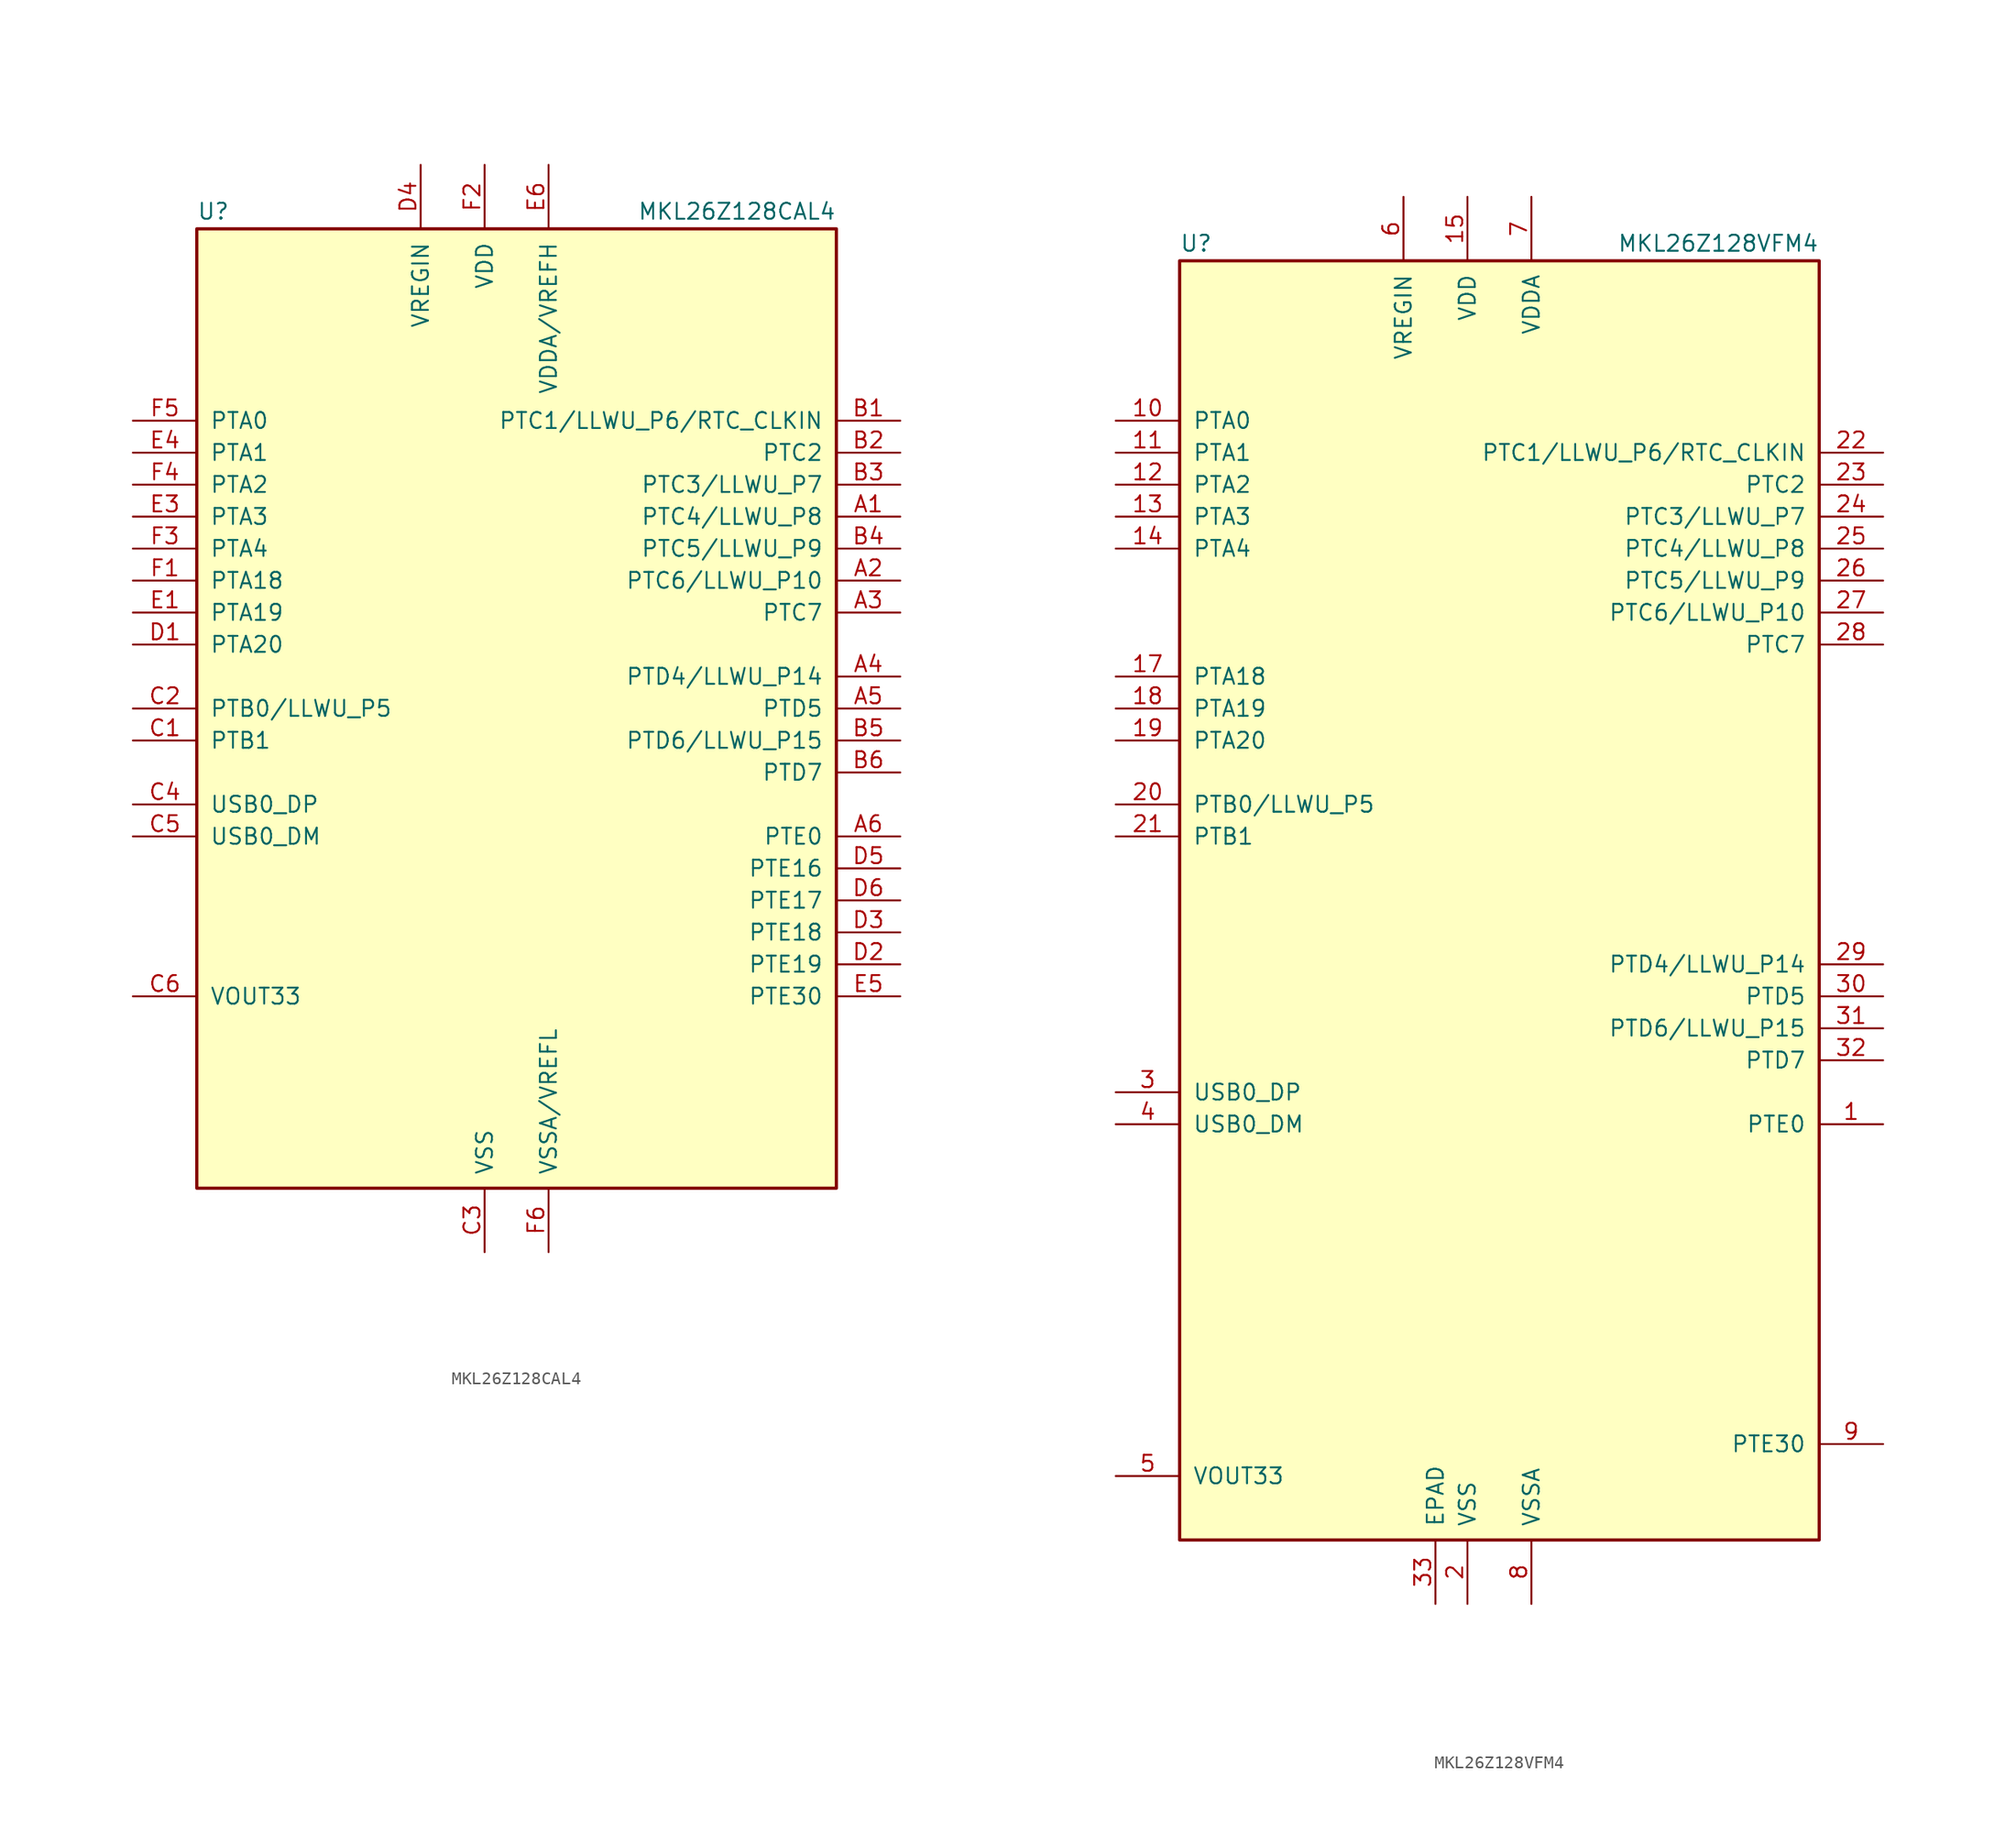
<source format=kicad_sym>
(kicad_symbol_lib
  (version 20211014)
  (generator kicad_symbol_editor)
  (symbol "MKL26Z128CAL4"
    (pin_names
      (offset 1.016))
    (property "Reference" "U"
      (at -25.4 38.735 0)
      (effects (font (size 1.27 1.27)) (justify left bottom)))
    (property "Value" "MKL26Z128CAL4"
      (at 25.4 38.735 0)
      (effects (font (size 1.27 1.27)) (justify right bottom)))
    (symbol "MKL26Z128CAL4_0_1"
      (rectangle (start -25.4 38.1) (end 25.4 -38.1) (stroke (width 0.254) (type default) (color 0 0 0 0)) (fill (type background))))
    (symbol "MKL26Z128CAL4_1_1"
      (pin bidirectional line (at 30.48 15.24 180) (length 5.08) (name "PTC4/LLWU_P8" (effects (font (size 1.27 1.27)))) (number "A1" (effects (font (size 1.27 1.27)))))
      (pin bidirectional line (at 30.48 10.16 180) (length 5.08) (name "PTC6/LLWU_P10" (effects (font (size 1.27 1.27)))) (number "A2" (effects (font (size 1.27 1.27)))))
      (pin bidirectional line (at 30.48 7.62 180) (length 5.08) (name "PTC7" (effects (font (size 1.27 1.27)))) (number "A3" (effects (font (size 1.27 1.27)))))
      (pin bidirectional line (at 30.48 2.54 180) (length 5.08) (name "PTD4/LLWU_P14" (effects (font (size 1.27 1.27)))) (number "A4" (effects (font (size 1.27 1.27)))))
      (pin bidirectional line (at 30.48 0 180) (length 5.08) (name "PTD5" (effects (font (size 1.27 1.27)))) (number "A5" (effects (font (size 1.27 1.27)))))
      (pin bidirectional line (at 30.48 -10.16 180) (length 5.08) (name "PTE0" (effects (font (size 1.27 1.27)))) (number "A6" (effects (font (size 1.27 1.27)))))
      (pin bidirectional line (at 30.48 22.86 180) (length 5.08) (name "PTC1/LLWU_P6/RTC_CLKIN" (effects (font (size 1.27 1.27)))) (number "B1" (effects (font (size 1.27 1.27)))))
      (pin bidirectional line (at 30.48 20.32 180) (length 5.08) (name "PTC2" (effects (font (size 1.27 1.27)))) (number "B2" (effects (font (size 1.27 1.27)))))
      (pin bidirectional line (at 30.48 17.78 180) (length 5.08) (name "PTC3/LLWU_P7" (effects (font (size 1.27 1.27)))) (number "B3" (effects (font (size 1.27 1.27)))))
      (pin bidirectional line (at 30.48 12.7 180) (length 5.08) (name "PTC5/LLWU_P9" (effects (font (size 1.27 1.27)))) (number "B4" (effects (font (size 1.27 1.27)))))
      (pin bidirectional line (at 30.48 -2.54 180) (length 5.08) (name "PTD6/LLWU_P15" (effects (font (size 1.27 1.27)))) (number "B5" (effects (font (size 1.27 1.27)))))
      (pin bidirectional line (at 30.48 -5.08 180) (length 5.08) (name "PTD7" (effects (font (size 1.27 1.27)))) (number "B6" (effects (font (size 1.27 1.27)))))
      (pin bidirectional line (at -30.48 -2.54 0) (length 5.08) (name "PTB1" (effects (font (size 1.27 1.27)))) (number "C1" (effects (font (size 1.27 1.27)))))
      (pin bidirectional line (at -30.48 0 0) (length 5.08) (name "PTB0/LLWU_P5" (effects (font (size 1.27 1.27)))) (number "C2" (effects (font (size 1.27 1.27)))))
      (pin power_in line (at -2.54 -43.18 90) (length 5.08) (name "VSS" (effects (font (size 1.27 1.27)))) (number "C3" (effects (font (size 1.27 1.27)))))
      (pin bidirectional line (at -30.48 -7.62 0) (length 5.08) (name "USB0_DP" (effects (font (size 1.27 1.27)))) (number "C4" (effects (font (size 1.27 1.27)))))
      (pin bidirectional line (at -30.48 -10.16 0) (length 5.08) (name "USB0_DM" (effects (font (size 1.27 1.27)))) (number "C5" (effects (font (size 1.27 1.27)))))
      (pin power_out line (at -30.48 -22.86 0) (length 5.08) (name "VOUT33" (effects (font (size 1.27 1.27)))) (number "C6" (effects (font (size 1.27 1.27)))))
      (pin bidirectional line (at -30.48 5.08 0) (length 5.08) (name "PTA20" (effects (font (size 1.27 1.27)))) (number "D1" (effects (font (size 1.27 1.27)))))
      (pin bidirectional line (at 30.48 -20.32 180) (length 5.08) (name "PTE19" (effects (font (size 1.27 1.27)))) (number "D2" (effects (font (size 1.27 1.27)))))
      (pin bidirectional line (at 30.48 -17.78 180) (length 5.08) (name "PTE18" (effects (font (size 1.27 1.27)))) (number "D3" (effects (font (size 1.27 1.27)))))
      (pin power_in line (at -7.62 43.18 270) (length 5.08) (name "VREGIN" (effects (font (size 1.27 1.27)))) (number "D4" (effects (font (size 1.27 1.27)))))
      (pin bidirectional line (at 30.48 -12.7 180) (length 5.08) (name "PTE16" (effects (font (size 1.27 1.27)))) (number "D5" (effects (font (size 1.27 1.27)))))
      (pin bidirectional line (at 30.48 -15.24 180) (length 5.08) (name "PTE17" (effects (font (size 1.27 1.27)))) (number "D6" (effects (font (size 1.27 1.27)))))
      (pin bidirectional line (at -30.48 7.62 0) (length 5.08) (name "PTA19" (effects (font (size 1.27 1.27)))) (number "E1" (effects (font (size 1.27 1.27)))))
      (pin passive line (at -2.54 -43.18 90) (length 5.08) hide (name "VSS" (effects (font (size 1.27 1.27)))) (number "E2" (effects (font (size 1.27 1.27)))))
      (pin bidirectional line (at -30.48 15.24 0) (length 5.08) (name "PTA3" (effects (font (size 1.27 1.27)))) (number "E3" (effects (font (size 1.27 1.27)))))
      (pin bidirectional line (at -30.48 20.32 0) (length 5.08) (name "PTA1" (effects (font (size 1.27 1.27)))) (number "E4" (effects (font (size 1.27 1.27)))))
      (pin bidirectional line (at 30.48 -22.86 180) (length 5.08) (name "PTE30" (effects (font (size 1.27 1.27)))) (number "E5" (effects (font (size 1.27 1.27)))))
      (pin power_in line (at 2.54 43.18 270) (length 5.08) (name "VDDA/VREFH" (effects (font (size 1.27 1.27)))) (number "E6" (effects (font (size 1.27 1.27)))))
      (pin bidirectional line (at -30.48 10.16 0) (length 5.08) (name "PTA18" (effects (font (size 1.27 1.27)))) (number "F1" (effects (font (size 1.27 1.27)))))
      (pin power_in line (at -2.54 43.18 270) (length 5.08) (name "VDD" (effects (font (size 1.27 1.27)))) (number "F2" (effects (font (size 1.27 1.27)))))
      (pin bidirectional line (at -30.48 12.7 0) (length 5.08) (name "PTA4" (effects (font (size 1.27 1.27)))) (number "F3" (effects (font (size 1.27 1.27)))))
      (pin bidirectional line (at -30.48 17.78 0) (length 5.08) (name "PTA2" (effects (font (size 1.27 1.27)))) (number "F4" (effects (font (size 1.27 1.27)))))
      (pin bidirectional line (at -30.48 22.86 0) (length 5.08) (name "PTA0" (effects (font (size 1.27 1.27)))) (number "F5" (effects (font (size 1.27 1.27)))))
      (pin power_in line (at 2.54 -43.18 90) (length 5.08) (name "VSSA/VREFL" (effects (font (size 1.27 1.27)))) (number "F6" (effects (font (size 1.27 1.27)))))))
  (symbol "MKL26Z128VFM4"
    (pin_names
      (offset 1.016))
    (property "Reference" "U"
      (at -25.4 51.435 0)
      (effects (font (size 1.27 1.27)) (justify left bottom)))
    (property "Value" "MKL26Z128VFM4"
      (at 25.4 51.435 0)
      (effects (font (size 1.27 1.27)) (justify right bottom)))
    (symbol "MKL26Z128VFM4_0_1"
      (rectangle (start -25.4 50.8) (end 25.4 -50.8) (stroke (width 0.254) (type default) (color 0 0 0 0)) (fill (type background))))
    (symbol "MKL26Z128VFM4_1_1"
      (pin bidirectional line (at 30.48 -17.78 180) (length 5.08) (name "PTE0" (effects (font (size 1.27 1.27)))) (number "1" (effects (font (size 1.27 1.27)))))
      (pin bidirectional line (at -30.48 38.1 0) (length 5.08) (name "PTA0" (effects (font (size 1.27 1.27)))) (number "10" (effects (font (size 1.27 1.27)))))
      (pin bidirectional line (at -30.48 35.56 0) (length 5.08) (name "PTA1" (effects (font (size 1.27 1.27)))) (number "11" (effects (font (size 1.27 1.27)))))
      (pin bidirectional line (at -30.48 33.02 0) (length 5.08) (name "PTA2" (effects (font (size 1.27 1.27)))) (number "12" (effects (font (size 1.27 1.27)))))
      (pin bidirectional line (at -30.48 30.48 0) (length 5.08) (name "PTA3" (effects (font (size 1.27 1.27)))) (number "13" (effects (font (size 1.27 1.27)))))
      (pin bidirectional line (at -30.48 27.94 0) (length 5.08) (name "PTA4" (effects (font (size 1.27 1.27)))) (number "14" (effects (font (size 1.27 1.27)))))
      (pin power_in line (at -2.54 55.88 270) (length 5.08) (name "VDD" (effects (font (size 1.27 1.27)))) (number "15" (effects (font (size 1.27 1.27)))))
      (pin passive line (at -2.54 -55.88 90) (length 5.08) hide (name "VSS" (effects (font (size 1.27 1.27)))) (number "16" (effects (font (size 1.27 1.27)))))
      (pin bidirectional line (at -30.48 17.78 0) (length 5.08) (name "PTA18" (effects (font (size 1.27 1.27)))) (number "17" (effects (font (size 1.27 1.27)))))
      (pin bidirectional line (at -30.48 15.24 0) (length 5.08) (name "PTA19" (effects (font (size 1.27 1.27)))) (number "18" (effects (font (size 1.27 1.27)))))
      (pin bidirectional line (at -30.48 12.7 0) (length 5.08) (name "PTA20" (effects (font (size 1.27 1.27)))) (number "19" (effects (font (size 1.27 1.27)))))
      (pin power_in line (at -2.54 -55.88 90) (length 5.08) (name "VSS" (effects (font (size 1.27 1.27)))) (number "2" (effects (font (size 1.27 1.27)))))
      (pin bidirectional line (at -30.48 7.62 0) (length 5.08) (name "PTB0/LLWU_P5" (effects (font (size 1.27 1.27)))) (number "20" (effects (font (size 1.27 1.27)))))
      (pin bidirectional line (at -30.48 5.08 0) (length 5.08) (name "PTB1" (effects (font (size 1.27 1.27)))) (number "21" (effects (font (size 1.27 1.27)))))
      (pin bidirectional line (at 30.48 35.56 180) (length 5.08) (name "PTC1/LLWU_P6/RTC_CLKIN" (effects (font (size 1.27 1.27)))) (number "22" (effects (font (size 1.27 1.27)))))
      (pin bidirectional line (at 30.48 33.02 180) (length 5.08) (name "PTC2" (effects (font (size 1.27 1.27)))) (number "23" (effects (font (size 1.27 1.27)))))
      (pin bidirectional line (at 30.48 30.48 180) (length 5.08) (name "PTC3/LLWU_P7" (effects (font (size 1.27 1.27)))) (number "24" (effects (font (size 1.27 1.27)))))
      (pin bidirectional line (at 30.48 27.94 180) (length 5.08) (name "PTC4/LLWU_P8" (effects (font (size 1.27 1.27)))) (number "25" (effects (font (size 1.27 1.27)))))
      (pin bidirectional line (at 30.48 25.4 180) (length 5.08) (name "PTC5/LLWU_P9" (effects (font (size 1.27 1.27)))) (number "26" (effects (font (size 1.27 1.27)))))
      (pin bidirectional line (at 30.48 22.86 180) (length 5.08) (name "PTC6/LLWU_P10" (effects (font (size 1.27 1.27)))) (number "27" (effects (font (size 1.27 1.27)))))
      (pin bidirectional line (at 30.48 20.32 180) (length 5.08) (name "PTC7" (effects (font (size 1.27 1.27)))) (number "28" (effects (font (size 1.27 1.27)))))
      (pin bidirectional line (at 30.48 -5.08 180) (length 5.08) (name "PTD4/LLWU_P14" (effects (font (size 1.27 1.27)))) (number "29" (effects (font (size 1.27 1.27)))))
      (pin bidirectional line (at -30.48 -15.24 0) (length 5.08) (name "USB0_DP" (effects (font (size 1.27 1.27)))) (number "3" (effects (font (size 1.27 1.27)))))
      (pin bidirectional line (at 30.48 -7.62 180) (length 5.08) (name "PTD5" (effects (font (size 1.27 1.27)))) (number "30" (effects (font (size 1.27 1.27)))))
      (pin bidirectional line (at 30.48 -10.16 180) (length 5.08) (name "PTD6/LLWU_P15" (effects (font (size 1.27 1.27)))) (number "31" (effects (font (size 1.27 1.27)))))
      (pin bidirectional line (at 30.48 -12.7 180) (length 5.08) (name "PTD7" (effects (font (size 1.27 1.27)))) (number "32" (effects (font (size 1.27 1.27)))))
      (pin power_in line (at -5.08 -55.88 90) (length 5.08) (name "EPAD" (effects (font (size 1.27 1.27)))) (number "33" (effects (font (size 1.27 1.27)))))
      (pin bidirectional line (at -30.48 -17.78 0) (length 5.08) (name "USB0_DM" (effects (font (size 1.27 1.27)))) (number "4" (effects (font (size 1.27 1.27)))))
      (pin power_out line (at -30.48 -45.72 0) (length 5.08) (name "VOUT33" (effects (font (size 1.27 1.27)))) (number "5" (effects (font (size 1.27 1.27)))))
      (pin power_in line (at -7.62 55.88 270) (length 5.08) (name "VREGIN" (effects (font (size 1.27 1.27)))) (number "6" (effects (font (size 1.27 1.27)))))
      (pin power_in line (at 2.54 55.88 270) (length 5.08) (name "VDDA" (effects (font (size 1.27 1.27)))) (number "7" (effects (font (size 1.27 1.27)))))
      (pin power_in line (at 2.54 -55.88 90) (length 5.08) (name "VSSA" (effects (font (size 1.27 1.27)))) (number "8" (effects (font (size 1.27 1.27)))))
      (pin bidirectional line (at 30.48 -43.18 180) (length 5.08) (name "PTE30" (effects (font (size 1.27 1.27)))) (number "9" (effects (font (size 1.27 1.27))))))))
</source>
